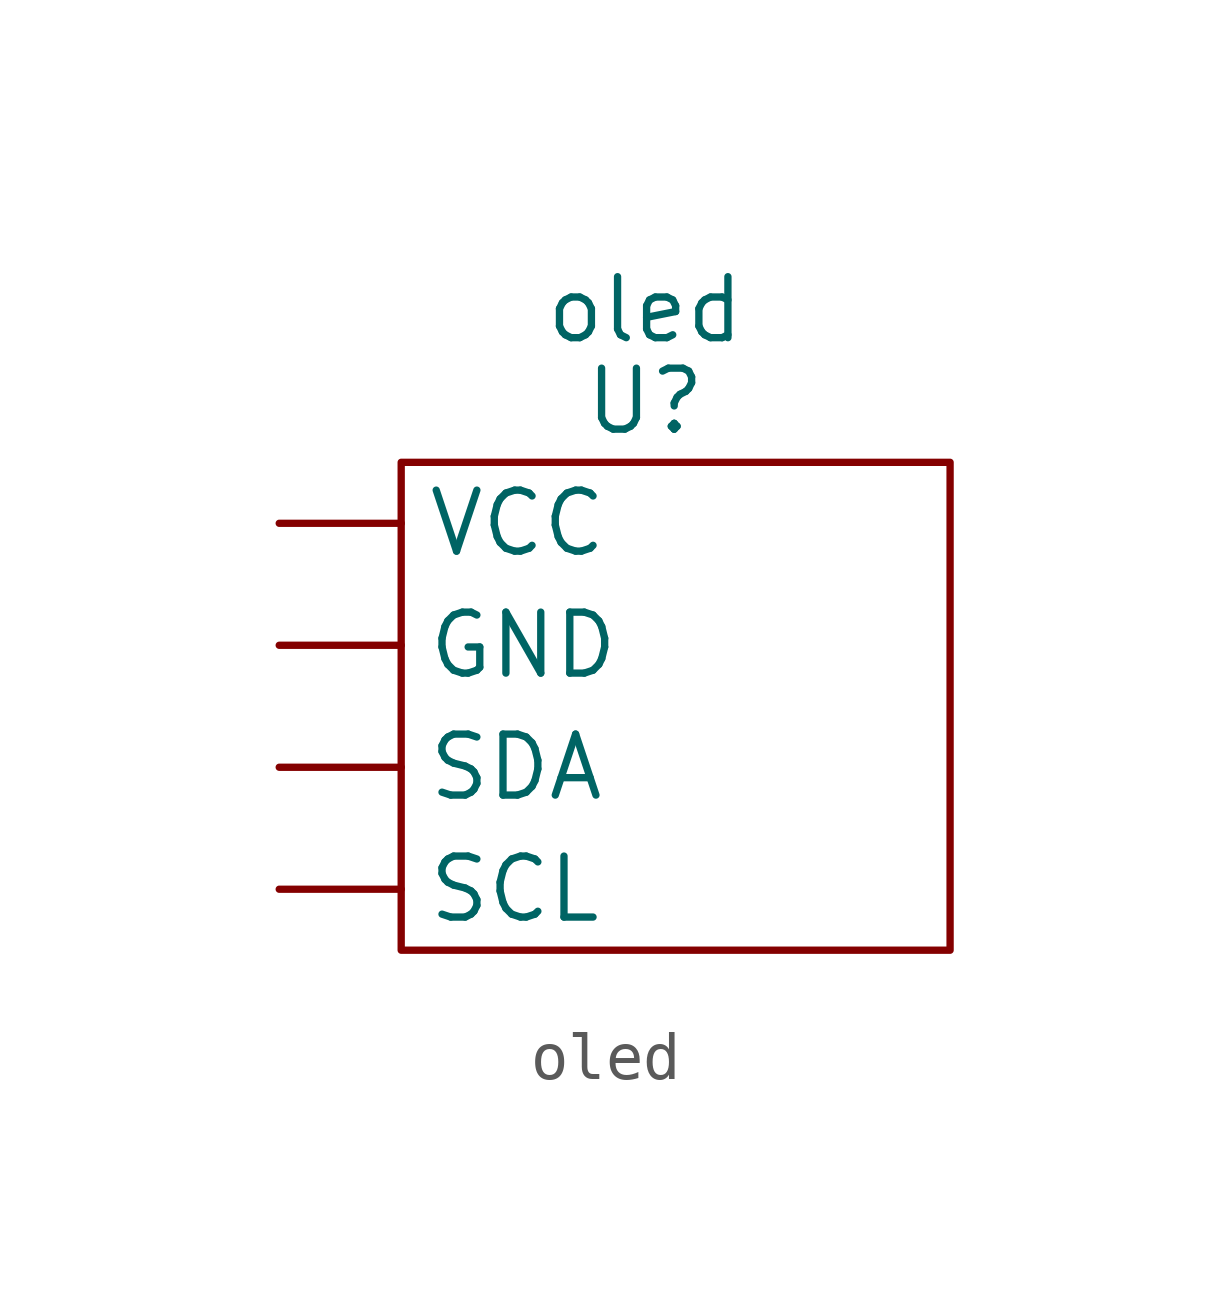
<source format=kicad_sym>
(kicad_symbol_lib
  (version 20211014)
  (generator kicad_symbol_editor)
  (symbol "oled"
    (property "Reference" "U"
      (at 0 0 0)
      (effects (font (size 1.27 1.27))))
    (property "Value" "oled"
      (at 0 1.905 0)
      (effects (font (size 1.27 1.27))))
    (symbol "oled_0_1"
      (rectangle (start -5.08 -1.27) (end 6.35 -11.43) (stroke (width 0) (type default) (color 0 0 0 0)) (fill (type none))))
    (symbol "oled_1_1"
      (pin power_out line (at -7.62 -5.08 0) (length 2.54) (name "GND" (effects (font (size 1.27 1.27)))) (number "" (effects (font (size 1.27 1.27)))))
      (pin input line (at -7.62 -10.16 0) (length 2.54) (name "SCL" (effects (font (size 1.27 1.27)))) (number "" (effects (font (size 1.27 1.27)))))
      (pin input line (at -7.62 -7.62 0) (length 2.54) (name "SDA" (effects (font (size 1.27 1.27)))) (number "" (effects (font (size 1.27 1.27)))))
      (pin power_in line (at -7.62 -2.54 0) (length 2.54) (name "VCC" (effects (font (size 1.27 1.27)))) (number "" (effects (font (size 1.27 1.27))))))))
</source>
